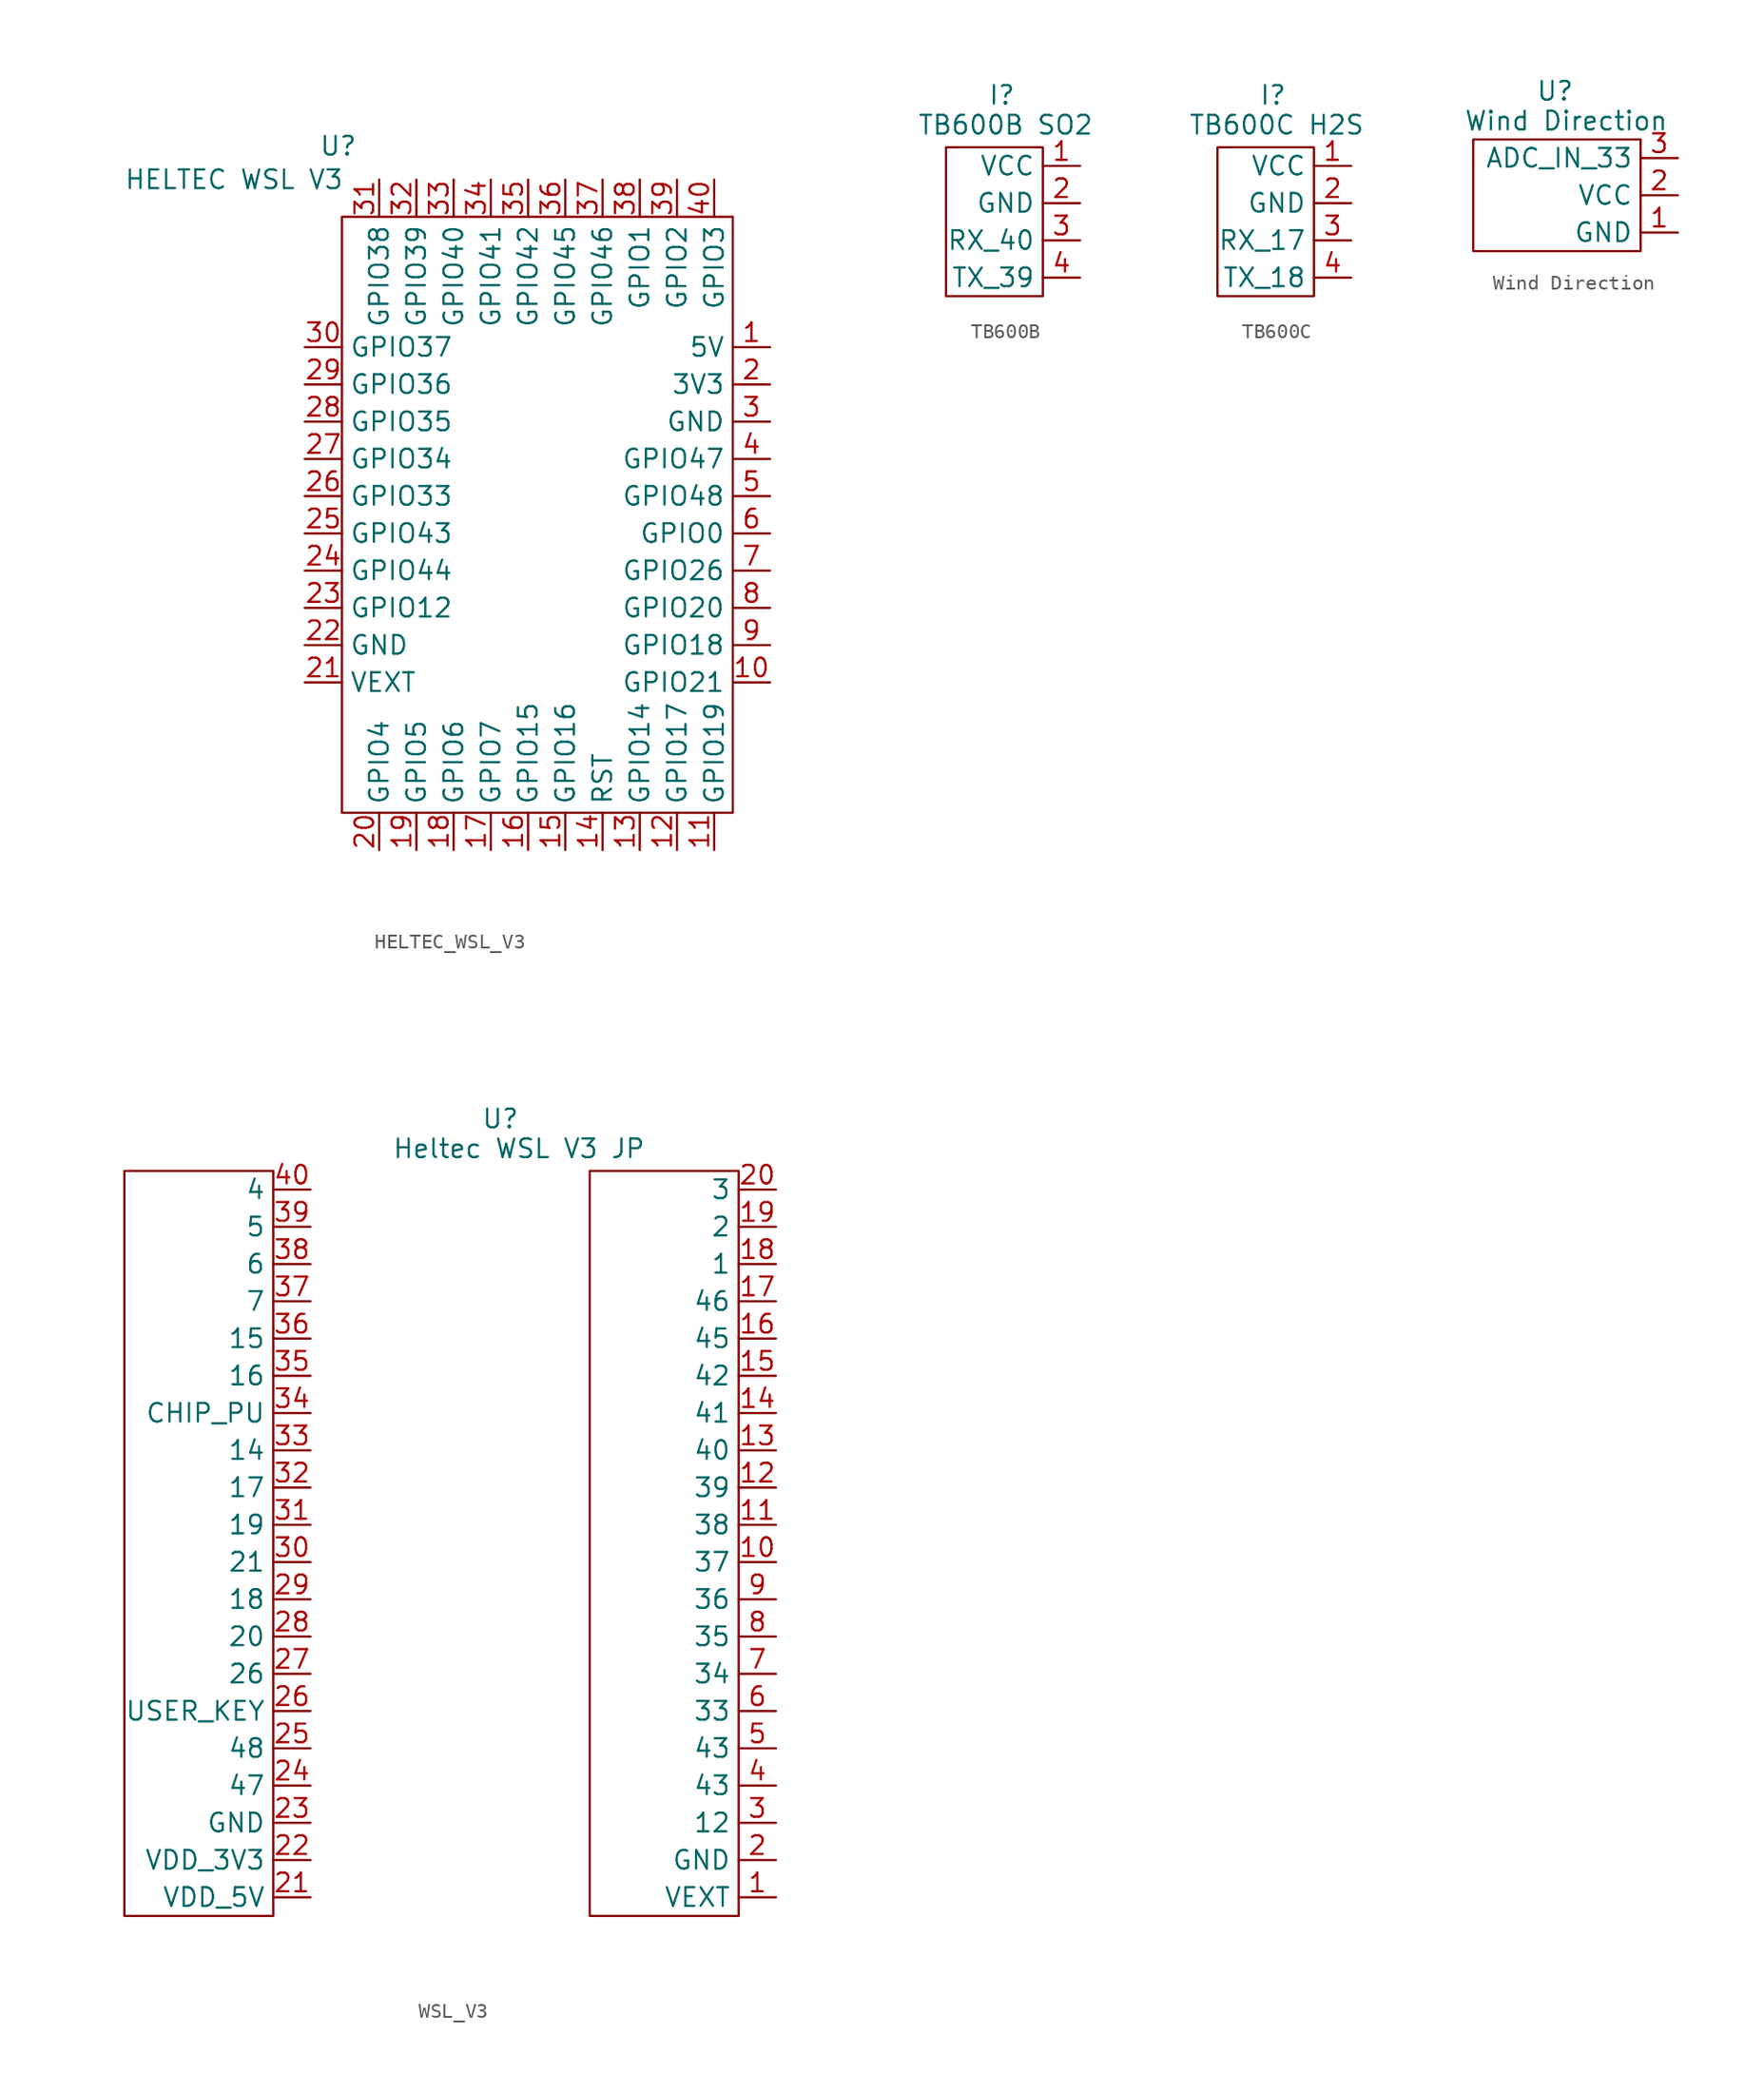
<source format=kicad_sym>
(kicad_symbol_lib
  (version 20241209)
  (generator "kicad_symbol_editor")
  (generator_version "9.0")
  (symbol "HELTEC_WSL_V3"
    (property "Reference" "U"
      (at -14.224 22.606 0)
      (effects (font (size 1.27 1.27))))
    (property "Value" "HELTEC WSL V3"
      (at -21.336 20.32 0)
      (effects (font (size 1.27 1.27))))
    (symbol "HELTEC_WSL_V3_0_1"
      (rectangle (start -13.97 17.78) (end 12.7 -22.86) (stroke (width 0) (type default)) (fill (type none))))
    (symbol "HELTEC_WSL_V3_1_1"
      (pin bidirectional line (at -16.51 8.89 0) (length 2.54) (name "GPIO37" (effects (font (size 1.27 1.27)))) (number "30" (effects (font (size 1.27 1.27)))))
      (pin bidirectional line (at -16.51 6.35 0) (length 2.54) (name "GPIO36" (effects (font (size 1.27 1.27)))) (number "29" (effects (font (size 1.27 1.27)))))
      (pin bidirectional line (at -16.51 3.81 0) (length 2.54) (name "GPIO35" (effects (font (size 1.27 1.27)))) (number "28" (effects (font (size 1.27 1.27)))))
      (pin bidirectional line (at -16.51 1.27 0) (length 2.54) (name "GPIO34" (effects (font (size 1.27 1.27)))) (number "27" (effects (font (size 1.27 1.27)))))
      (pin bidirectional line (at -16.51 -1.27 0) (length 2.54) (name "GPIO33" (effects (font (size 1.27 1.27)))) (number "26" (effects (font (size 1.27 1.27)))))
      (pin bidirectional line (at -16.51 -3.81 0) (length 2.54) (name "GPIO43" (effects (font (size 1.27 1.27)))) (number "25" (effects (font (size 1.27 1.27)))))
      (pin bidirectional line (at -16.51 -6.35 0) (length 2.54) (name "GPIO44" (effects (font (size 1.27 1.27)))) (number "24" (effects (font (size 1.27 1.27)))))
      (pin bidirectional line (at -16.51 -8.89 0) (length 2.54) (name "GPIO12" (effects (font (size 1.27 1.27)))) (number "23" (effects (font (size 1.27 1.27)))))
      (pin power_in line (at -16.51 -11.43 0) (length 2.54) (name "GND" (effects (font (size 1.27 1.27)))) (number "22" (effects (font (size 1.27 1.27)))))
      (pin power_out line (at -16.51 -13.97 0) (length 2.54) (name "VEXT" (effects (font (size 1.27 1.27)))) (number "21" (effects (font (size 1.27 1.27)))))
      (pin bidirectional line (at -11.43 20.32 270) (length 2.54) (name "GPIO38" (effects (font (size 1.27 1.27)))) (number "31" (effects (font (size 1.27 1.27)))))
      (pin bidirectional line (at -11.43 -25.4 90) (length 2.54) (name "GPIO4" (effects (font (size 1.27 1.27)))) (number "20" (effects (font (size 1.27 1.27)))))
      (pin bidirectional line (at -8.89 20.32 270) (length 2.54) (name "GPIO39" (effects (font (size 1.27 1.27)))) (number "32" (effects (font (size 1.27 1.27)))))
      (pin bidirectional line (at -8.89 -25.4 90) (length 2.54) (name "GPIO5" (effects (font (size 1.27 1.27)))) (number "19" (effects (font (size 1.27 1.27)))))
      (pin bidirectional line (at -6.35 20.32 270) (length 2.54) (name "GPIO40" (effects (font (size 1.27 1.27)))) (number "33" (effects (font (size 1.27 1.27)))))
      (pin bidirectional line (at -6.35 -25.4 90) (length 2.54) (name "GPIO6" (effects (font (size 1.27 1.27)))) (number "18" (effects (font (size 1.27 1.27)))))
      (pin bidirectional line (at -3.81 20.32 270) (length 2.54) (name "GPIO41" (effects (font (size 1.27 1.27)))) (number "34" (effects (font (size 1.27 1.27)))))
      (pin bidirectional line (at -3.81 -25.4 90) (length 2.54) (name "GPIO7" (effects (font (size 1.27 1.27)))) (number "17" (effects (font (size 1.27 1.27)))))
      (pin bidirectional line (at -1.27 20.32 270) (length 2.54) (name "GPIO42" (effects (font (size 1.27 1.27)))) (number "35" (effects (font (size 1.27 1.27)))))
      (pin bidirectional line (at -1.27 -25.4 90) (length 2.54) (name "GPIO15" (effects (font (size 1.27 1.27)))) (number "16" (effects (font (size 1.27 1.27)))))
      (pin bidirectional line (at 1.27 20.32 270) (length 2.54) (name "GPIO45" (effects (font (size 1.27 1.27)))) (number "36" (effects (font (size 1.27 1.27)))))
      (pin bidirectional line (at 1.27 -25.4 90) (length 2.54) (name "GPIO16" (effects (font (size 1.27 1.27)))) (number "15" (effects (font (size 1.27 1.27)))))
      (pin bidirectional line (at 3.81 20.32 270) (length 2.54) (name "GPIO46" (effects (font (size 1.27 1.27)))) (number "37" (effects (font (size 1.27 1.27)))))
      (pin input line (at 3.81 -25.4 90) (length 2.54) (name "RST" (effects (font (size 1.27 1.27)))) (number "14" (effects (font (size 1.27 1.27)))))
      (pin bidirectional line (at 6.35 20.32 270) (length 2.54) (name "GPIO1" (effects (font (size 1.27 1.27)))) (number "38" (effects (font (size 1.27 1.27)))))
      (pin bidirectional line (at 6.35 -25.4 90) (length 2.54) (name "GPIO14" (effects (font (size 1.27 1.27)))) (number "13" (effects (font (size 1.27 1.27)))))
      (pin bidirectional line (at 8.89 20.32 270) (length 2.54) (name "GPIO2" (effects (font (size 1.27 1.27)))) (number "39" (effects (font (size 1.27 1.27)))))
      (pin bidirectional line (at 8.89 -25.4 90) (length 2.54) (name "GPIO17" (effects (font (size 1.27 1.27)))) (number "12" (effects (font (size 1.27 1.27)))))
      (pin bidirectional line (at 11.43 20.32 270) (length 2.54) (name "GPIO3" (effects (font (size 1.27 1.27)))) (number "40" (effects (font (size 1.27 1.27)))))
      (pin bidirectional line (at 11.43 -25.4 90) (length 2.54) (name "GPIO19" (effects (font (size 1.27 1.27)))) (number "11" (effects (font (size 1.27 1.27)))))
      (pin power_in line (at 15.24 8.89 180) (length 2.54) (name "5V" (effects (font (size 1.27 1.27)))) (number "1" (effects (font (size 1.27 1.27)))))
      (pin power_in line (at 15.24 6.35 180) (length 2.54) (name "3V3" (effects (font (size 1.27 1.27)))) (number "2" (effects (font (size 1.27 1.27)))))
      (pin power_in line (at 15.24 3.81 180) (length 2.54) (name "GND" (effects (font (size 1.27 1.27)))) (number "3" (effects (font (size 1.27 1.27)))))
      (pin bidirectional line (at 15.24 1.27 180) (length 2.54) (name "GPIO47" (effects (font (size 1.27 1.27)))) (number "4" (effects (font (size 1.27 1.27)))))
      (pin bidirectional line (at 15.24 -1.27 180) (length 2.54) (name "GPIO48" (effects (font (size 1.27 1.27)))) (number "5" (effects (font (size 1.27 1.27)))))
      (pin bidirectional line (at 15.24 -3.81 180) (length 2.54) (name "GPIO0" (effects (font (size 1.27 1.27)))) (number "6" (effects (font (size 1.27 1.27)))))
      (pin bidirectional line (at 15.24 -6.35 180) (length 2.54) (name "GPIO26" (effects (font (size 1.27 1.27)))) (number "7" (effects (font (size 1.27 1.27)))))
      (pin bidirectional line (at 15.24 -8.89 180) (length 2.54) (name "GPIO20" (effects (font (size 1.27 1.27)))) (number "8" (effects (font (size 1.27 1.27)))))
      (pin bidirectional line (at 15.24 -11.43 180) (length 2.54) (name "GPIO18" (effects (font (size 1.27 1.27)))) (number "9" (effects (font (size 1.27 1.27)))))
      (pin bidirectional line (at 15.24 -13.97 180) (length 2.54) (name "GPIO21" (effects (font (size 1.27 1.27)))) (number "10" (effects (font (size 1.27 1.27)))))))
  (symbol "TB600B"
    (property "Reference" "I"
      (at 2.286 8.636 0)
      (effects (font (size 1.27 1.27))))
    (property "Value" "TB600B SO2"
      (at 2.54 6.604 0)
      (effects (font (size 1.27 1.27))))
    (symbol "TB600B_0_1"
      (rectangle (start -1.53 5.08) (end 5.08 -5.08) (stroke (width 0) (type default)) (fill (type none))))
    (symbol "TB600B_1_1"
      (pin power_in line (at 7.62 3.81 180) (length 2.54) (name "VCC" (effects (font (size 1.27 1.27)))) (number "1" (effects (font (size 1.27 1.27)))))
      (pin passive line (at 7.62 1.27 180) (length 2.54) (name "GND" (effects (font (size 1.27 1.27)))) (number "2" (effects (font (size 1.27 1.27)))))
      (pin bidirectional line (at 7.62 -1.27 180) (length 2.54) (name "RX_40" (effects (font (size 1.27 1.27)))) (number "3" (effects (font (size 1.27 1.27)))))
      (pin bidirectional line (at 7.62 -3.81 180) (length 2.54) (name "TX_39" (effects (font (size 1.27 1.27)))) (number "4" (effects (font (size 1.27 1.27)))))))
  (symbol "TB600C"
    (property "Reference" "I"
      (at 2.286 8.636 0)
      (effects (font (size 1.27 1.27))))
    (property "Value" "TB600C H2S"
      (at 2.54 6.604 0)
      (effects (font (size 1.27 1.27))))
    (symbol "TB600C_0_1"
      (rectangle (start -1.505 5.08) (end 5.08 -5.08) (stroke (width 0) (type default)) (fill (type none))))
    (symbol "TB600C_1_1"
      (pin power_in line (at 7.62 3.81 180) (length 2.54) (name "VCC" (effects (font (size 1.27 1.27)))) (number "1" (effects (font (size 1.27 1.27)))))
      (pin passive line (at 7.62 1.27 180) (length 2.54) (name "GND" (effects (font (size 1.27 1.27)))) (number "2" (effects (font (size 1.27 1.27)))))
      (pin bidirectional line (at 7.62 -1.27 180) (length 2.54) (name "RX_17" (effects (font (size 1.27 1.27)))) (number "3" (effects (font (size 1.27 1.27)))))
      (pin bidirectional line (at 7.62 -3.81 180) (length 2.54) (name "TX_18" (effects (font (size 1.27 1.27)))) (number "4" (effects (font (size 1.27 1.27)))))))
  (symbol "Wind Direction"
    (property "Reference" "U"
      (at -0.762 2.032 0)
      (effects (font (size 1.27 1.27))))
    (property "Value" "Wind Direction"
      (at 0 0 0)
      (effects (font (size 1.27 1.27))))
    (symbol "Wind Direction_0_1"
      (rectangle (start -6.35 -1.27) (end 5.08 -8.89) (stroke (width 0) (type default)) (fill (type none))))
    (symbol "Wind Direction_1_1"
      (pin output line (at 7.62 -2.54 180) (length 2.54) (name "ADC_IN_33" (effects (font (size 1.27 1.27)))) (number "3" (effects (font (size 1.27 1.27)))))
      (pin power_in line (at 7.62 -5.08 180) (length 2.54) (name "VCC" (effects (font (size 1.27 1.27)))) (number "2" (effects (font (size 1.27 1.27)))))
      (pin passive line (at 7.62 -7.62 180) (length 2.54) (name "GND" (effects (font (size 1.27 1.27)))) (number "1" (effects (font (size 1.27 1.27)))))))
  (symbol "WSL_V3"
    (property "Reference" "U"
      (at -16.256 16.256 0)
      (effects (font (size 1.27 1.27))))
    (property "Value" "Heltec WSL V3 JP"
      (at -14.986 14.224 0)
      (effects (font (size 1.27 1.27))))
    (symbol "WSL_V3_0_1"
      (rectangle (start -41.91 12.7) (end -31.75 -38.1) (stroke (width 0) (type default)) (fill (type none)))
      (rectangle (start -10.16 12.7) (end 0 -38.1) (stroke (width 0) (type default)) (fill (type none))))
    (symbol "WSL_V3_1_1"
      (pin bidirectional line (at -29.21 11.43 180) (length 2.54) (name "4" (effects (font (size 1.27 1.27)))) (number "40" (effects (font (size 1.27 1.27)))))
      (pin bidirectional line (at -29.21 8.89 180) (length 2.54) (name "5" (effects (font (size 1.27 1.27)))) (number "39" (effects (font (size 1.27 1.27)))))
      (pin bidirectional line (at -29.21 6.35 180) (length 2.54) (name "6" (effects (font (size 1.27 1.27)))) (number "38" (effects (font (size 1.27 1.27)))))
      (pin bidirectional line (at -29.21 3.81 180) (length 2.54) (name "7" (effects (font (size 1.27 1.27)))) (number "37" (effects (font (size 1.27 1.27)))))
      (pin bidirectional line (at -29.21 1.27 180) (length 2.54) (name "15" (effects (font (size 1.27 1.27)))) (number "36" (effects (font (size 1.27 1.27)))))
      (pin bidirectional line (at -29.21 -1.27 180) (length 2.54) (name "16" (effects (font (size 1.27 1.27)))) (number "35" (effects (font (size 1.27 1.27)))))
      (pin input line (at -29.21 -3.81 180) (length 2.54) (name "CHIP_PU" (effects (font (size 1.27 1.27)))) (number "34" (effects (font (size 1.27 1.27)))))
      (pin bidirectional line (at -29.21 -6.35 180) (length 2.54) (name "14" (effects (font (size 1.27 1.27)))) (number "33" (effects (font (size 1.27 1.27)))))
      (pin bidirectional line (at -29.21 -8.89 180) (length 2.54) (name "17" (effects (font (size 1.27 1.27)))) (number "32" (effects (font (size 1.27 1.27)))))
      (pin bidirectional line (at -29.21 -11.43 180) (length 2.54) (name "19" (effects (font (size 1.27 1.27)))) (number "31" (effects (font (size 1.27 1.27)))))
      (pin bidirectional line (at -29.21 -13.97 180) (length 2.54) (name "21" (effects (font (size 1.27 1.27)))) (number "30" (effects (font (size 1.27 1.27)))))
      (pin bidirectional line (at -29.21 -16.51 180) (length 2.54) (name "18" (effects (font (size 1.27 1.27)))) (number "29" (effects (font (size 1.27 1.27)))))
      (pin bidirectional line (at -29.21 -19.05 180) (length 2.54) (name "20" (effects (font (size 1.27 1.27)))) (number "28" (effects (font (size 1.27 1.27)))))
      (pin bidirectional line (at -29.21 -21.59 180) (length 2.54) (name "26" (effects (font (size 1.27 1.27)))) (number "27" (effects (font (size 1.27 1.27)))))
      (pin bidirectional line (at -29.21 -24.13 180) (length 2.54) (name "USER_KEY" (effects (font (size 1.27 1.27)))) (number "26" (effects (font (size 1.27 1.27)))))
      (pin bidirectional line (at -29.21 -26.67 180) (length 2.54) (name "48" (effects (font (size 1.27 1.27)))) (number "25" (effects (font (size 1.27 1.27)))))
      (pin bidirectional line (at -29.21 -29.21 180) (length 2.54) (name "47" (effects (font (size 1.27 1.27)))) (number "24" (effects (font (size 1.27 1.27)))))
      (pin passive line (at -29.21 -31.75 180) (length 2.54) (name "GND" (effects (font (size 1.27 1.27)))) (number "23" (effects (font (size 1.27 1.27)))))
      (pin power_in line (at -29.21 -34.29 180) (length 2.54) (name "VDD_3V3" (effects (font (size 1.27 1.27)))) (number "22" (effects (font (size 1.27 1.27)))))
      (pin power_in line (at -29.21 -36.83 180) (length 2.54) (name "VDD_5V" (effects (font (size 1.27 1.27)))) (number "21" (effects (font (size 1.27 1.27)))))
      (pin bidirectional line (at 2.54 11.43 180) (length 2.54) (name "3" (effects (font (size 1.27 1.27)))) (number "20" (effects (font (size 1.27 1.27)))))
      (pin bidirectional line (at 2.54 8.89 180) (length 2.54) (name "2" (effects (font (size 1.27 1.27)))) (number "19" (effects (font (size 1.27 1.27)))))
      (pin bidirectional line (at 2.54 6.35 180) (length 2.54) (name "1" (effects (font (size 1.27 1.27)))) (number "18" (effects (font (size 1.27 1.27)))))
      (pin bidirectional line (at 2.54 3.81 180) (length 2.54) (name "46" (effects (font (size 1.27 1.27)))) (number "17" (effects (font (size 1.27 1.27)))))
      (pin bidirectional line (at 2.54 1.27 180) (length 2.54) (name "45" (effects (font (size 1.27 1.27)))) (number "16" (effects (font (size 1.27 1.27)))))
      (pin bidirectional line (at 2.54 -1.27 180) (length 2.54) (name "42" (effects (font (size 1.27 1.27)))) (number "15" (effects (font (size 1.27 1.27)))))
      (pin bidirectional line (at 2.54 -3.81 180) (length 2.54) (name "41" (effects (font (size 1.27 1.27)))) (number "14" (effects (font (size 1.27 1.27)))))
      (pin bidirectional line (at 2.54 -6.35 180) (length 2.54) (name "40" (effects (font (size 1.27 1.27)))) (number "13" (effects (font (size 1.27 1.27)))))
      (pin bidirectional line (at 2.54 -8.89 180) (length 2.54) (name "39" (effects (font (size 1.27 1.27)))) (number "12" (effects (font (size 1.27 1.27)))))
      (pin bidirectional line (at 2.54 -11.43 180) (length 2.54) (name "38" (effects (font (size 1.27 1.27)))) (number "11" (effects (font (size 1.27 1.27)))))
      (pin bidirectional line (at 2.54 -13.97 180) (length 2.54) (name "37" (effects (font (size 1.27 1.27)))) (number "10" (effects (font (size 1.27 1.27)))))
      (pin bidirectional line (at 2.54 -16.51 180) (length 2.54) (name "36" (effects (font (size 1.27 1.27)))) (number "9" (effects (font (size 1.27 1.27)))))
      (pin bidirectional line (at 2.54 -19.05 180) (length 2.54) (name "35" (effects (font (size 1.27 1.27)))) (number "8" (effects (font (size 1.27 1.27)))))
      (pin bidirectional line (at 2.54 -21.59 180) (length 2.54) (name "34" (effects (font (size 1.27 1.27)))) (number "7" (effects (font (size 1.27 1.27)))))
      (pin bidirectional line (at 2.54 -24.13 180) (length 2.54) (name "33" (effects (font (size 1.27 1.27)))) (number "6" (effects (font (size 1.27 1.27)))))
      (pin bidirectional line (at 2.54 -26.67 180) (length 2.54) (name "43" (effects (font (size 1.27 1.27)))) (number "5" (effects (font (size 1.27 1.27)))))
      (pin bidirectional line (at 2.54 -29.21 180) (length 2.54) (name "43" (effects (font (size 1.27 1.27)))) (number "4" (effects (font (size 1.27 1.27)))))
      (pin bidirectional line (at 2.54 -31.75 180) (length 2.54) (name "12" (effects (font (size 1.27 1.27)))) (number "3" (effects (font (size 1.27 1.27)))))
      (pin passive line (at 2.54 -34.29 180) (length 2.54) (name "GND" (effects (font (size 1.27 1.27)))) (number "2" (effects (font (size 1.27 1.27)))))
      (pin power_out line (at 2.54 -36.83 180) (length 2.54) (name "VEXT" (effects (font (size 1.27 1.27)))) (number "1" (effects (font (size 1.27 1.27))))))))
</source>
